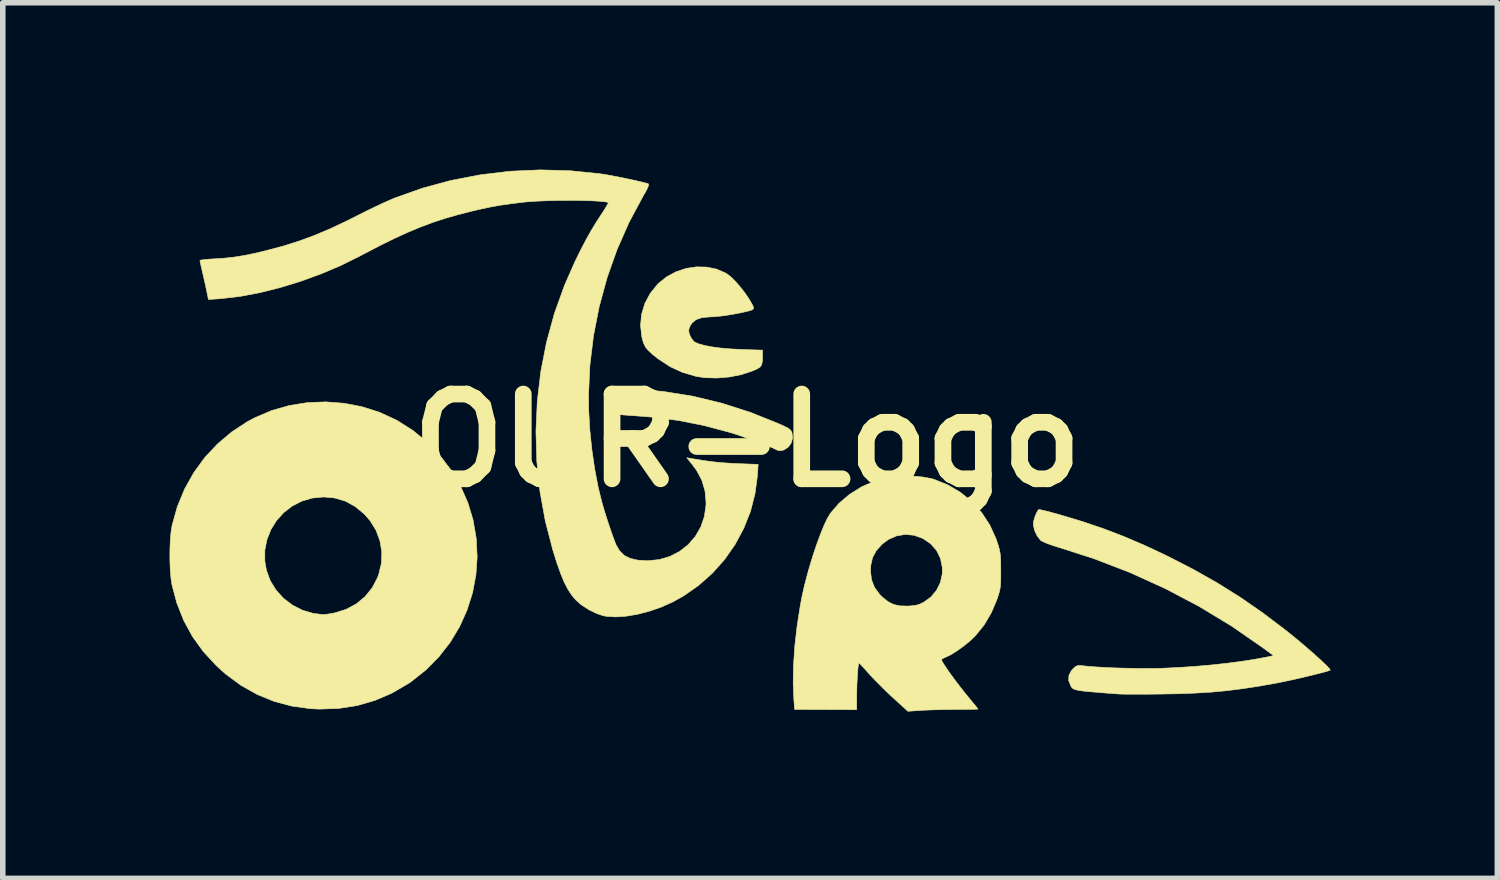
<source format=kicad_pcb>
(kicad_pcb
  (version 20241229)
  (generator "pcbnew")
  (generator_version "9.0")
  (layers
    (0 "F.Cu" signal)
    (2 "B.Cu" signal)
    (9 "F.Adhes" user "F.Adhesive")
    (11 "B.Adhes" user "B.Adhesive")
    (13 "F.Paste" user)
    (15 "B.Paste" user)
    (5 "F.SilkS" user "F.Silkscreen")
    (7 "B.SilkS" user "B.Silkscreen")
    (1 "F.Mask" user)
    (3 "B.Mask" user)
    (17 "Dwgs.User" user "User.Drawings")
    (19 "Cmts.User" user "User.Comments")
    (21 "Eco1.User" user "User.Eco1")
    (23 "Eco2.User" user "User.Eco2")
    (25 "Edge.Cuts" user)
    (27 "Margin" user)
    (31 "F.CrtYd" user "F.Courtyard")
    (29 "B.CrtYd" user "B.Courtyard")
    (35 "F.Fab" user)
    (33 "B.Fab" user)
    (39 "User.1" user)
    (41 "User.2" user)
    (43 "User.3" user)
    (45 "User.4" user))
  (footprint "OUR-Logo"
    (layer "F.Cu")
    (at 10.388 4.871)
    (property "Reference" "OUR-Logo" (at 0 0 0) (layer "F.SilkS") (effects (font (size 1.524 1.524) (thickness 0.3))))
    (attr through_hole)
    (fp_poly (pts (xy -2.047 -0.925) (xy -1.516 -0.882) (xy -0.987 -0.798) (xy -0.46 -0.671) (xy 0.066 -0.502) (xy 0.576 -0.297) (xy 0.669 -0.255) (xy 0.731 -0.223) (xy 0.77 -0.195) (xy 0.792 -0.167) (xy 0.805 -0.135) (xy 0.815 -0.044) (xy 0.791 0.044) (xy 0.738 0.119) (xy 0.663 0.169) (xy 0.623 0.18) (xy 0.568 0.182) (xy 0.529 0.17) (xy 0.486 0.147) (xy 0.41 0.114) (xy 0.309 0.073) (xy 0.19 0.028) (xy 0.062 -0.019) (xy -0.069 -0.065) (xy -0.195 -0.108) (xy -0.307 -0.143) (xy -0.318 -0.146) (xy -0.774 -0.268) (xy -1.227 -0.358) (xy -1.69 -0.418) (xy -2.019 -0.444) (xy -2.139 -0.452) (xy -2.247 -0.461) (xy -2.335 -0.471) (xy -2.393 -0.481) (xy -2.412 -0.487) (xy -2.464 -0.535) (xy -2.502 -0.61) (xy -2.519 -0.698) (xy -2.519 -0.71) (xy -2.51 -0.77) (xy -2.479 -0.824) (xy -2.444 -0.863) (xy -2.368 -0.938) (xy -2.047 -0.925)) (stroke (width 0.01) (type solid)) (fill yes) (layer "F.SilkS"))
    (fp_poly (pts (xy -0.73 -3.118) (xy -0.553 -3.082) (xy -0.392 -3.012) (xy -0.353 -2.988) (xy -0.286 -2.934) (xy -0.206 -2.853) (xy -0.121 -2.755) (xy -0.04 -2.651) (xy 0.028 -2.55) (xy 0.036 -2.537) (xy 0.084 -2.455) (xy 0.11 -2.402) (xy 0.112 -2.369) (xy 0.087 -2.348) (xy 0.036 -2.332) (xy -0.006 -2.321) (xy -0.147 -2.29) (xy -0.299 -2.262) (xy -0.451 -2.24) (xy -0.586 -2.226) (xy -0.677 -2.222) (xy -0.817 -2.209) (xy -0.924 -2.171) (xy -0.998 -2.107) (xy -1.026 -2.062) (xy -1.049 -2.004) (xy -1.052 -1.958) (xy -1.036 -1.9) (xy -1.035 -1.897) (xy -1.003 -1.833) (xy -0.961 -1.782) (xy -0.953 -1.774) (xy -0.886 -1.742) (xy -0.783 -1.712) (xy -0.649 -1.685) (xy -0.488 -1.663) (xy -0.306 -1.647) (xy -0.109 -1.637) (xy -0.101 -1.636) (xy 0.275 -1.624) (xy 0.275 -1.516) (xy 0.272 -1.424) (xy 0.259 -1.362) (xy 0.229 -1.319) (xy 0.173 -1.285) (xy 0.098 -1.252) (xy -0.102 -1.185) (xy -0.321 -1.142) (xy -0.546 -1.123) (xy -0.763 -1.129) (xy -0.921 -1.153) (xy -1.166 -1.225) (xy -1.389 -1.328) (xy -1.602 -1.468) (xy -1.609 -1.473) (xy -1.71 -1.554) (xy -1.783 -1.622) (xy -1.833 -1.685) (xy -1.866 -1.753) (xy -1.89 -1.835) (xy -1.896 -1.864) (xy -1.919 -2.069) (xy -1.9 -2.27) (xy -1.841 -2.464) (xy -1.745 -2.645) (xy -1.611 -2.81) (xy -1.595 -2.826) (xy -1.447 -2.945) (xy -1.28 -3.034) (xy -1.1 -3.094) (xy -0.914 -3.122) (xy -0.73 -3.118)) (stroke (width 0.01) (type solid)) (fill yes) (layer "F.SilkS"))
    (fp_poly (pts (xy -7.252 -0.669) (xy -6.928 -0.607) (xy -6.614 -0.507) (xy -6.315 -0.369) (xy -6.291 -0.356) (xy -6.013 -0.18) (xy -5.757 0.03) (xy -5.528 0.269) (xy -5.327 0.533) (xy -5.158 0.817) (xy -5.025 1.118) (xy -4.931 1.428) (xy -4.874 1.761) (xy -4.857 2.093) (xy -4.88 2.421) (xy -4.941 2.743) (xy -5.04 3.053) (xy -5.174 3.351) (xy -5.343 3.631) (xy -5.546 3.891) (xy -5.78 4.127) (xy -6.044 4.337) (xy -6.096 4.372) (xy -6.391 4.544) (xy -6.699 4.676) (xy -7.018 4.768) (xy -7.35 4.819) (xy -7.696 4.831) (xy -7.855 4.823) (xy -8.189 4.777) (xy -8.509 4.692) (xy -8.815 4.567) (xy -9.106 4.403) (xy -9.381 4.2) (xy -9.549 4.048) (xy -9.782 3.796) (xy -9.976 3.527) (xy -10.134 3.237) (xy -10.257 2.926) (xy -10.344 2.603) (xy -10.364 2.473) (xy -10.377 2.314) (xy -10.382 2.168) (xy -8.676 2.168) (xy -8.646 2.338) (xy -8.576 2.526) (xy -8.471 2.695) (xy -8.336 2.842) (xy -8.176 2.963) (xy -7.996 3.054) (xy -7.8 3.111) (xy -7.631 3.13) (xy -7.577 3.127) (xy -7.5 3.116) (xy -7.419 3.101) (xy -7.214 3.037) (xy -7.031 2.939) (xy -6.874 2.809) (xy -6.745 2.65) (xy -6.648 2.465) (xy -6.627 2.408) (xy -6.579 2.207) (xy -6.572 2.005) (xy -6.605 1.806) (xy -6.675 1.617) (xy -6.783 1.442) (xy -6.887 1.323) (xy -7.052 1.187) (xy -7.228 1.091) (xy -7.419 1.034) (xy -7.62 1.016) (xy -7.824 1.036) (xy -8.014 1.092) (xy -8.186 1.181) (xy -8.337 1.298) (xy -8.465 1.44) (xy -8.566 1.602) (xy -8.637 1.78) (xy -8.675 1.97) (xy -8.676 2.168) (xy -10.382 2.168) (xy -10.383 2.137) (xy -10.382 1.956) (xy -10.375 1.782) (xy -10.36 1.627) (xy -10.342 1.524) (xy -10.249 1.19) (xy -10.119 0.875) (xy -9.954 0.58) (xy -9.756 0.308) (xy -9.527 0.063) (xy -9.27 -0.154) (xy -8.986 -0.34) (xy -8.849 -0.412) (xy -8.548 -0.54) (xy -8.232 -0.629) (xy -7.908 -0.681) (xy -7.58 -0.694) (xy -7.252 -0.669)) (stroke (width 0.01) (type solid)) (fill yes) (layer "F.SilkS"))
    (fp_poly (pts (xy 5.267 1.245) (xy 5.326 1.258) (xy 5.413 1.279) (xy 5.52 1.308) (xy 5.642 1.342) (xy 5.652 1.345) (xy 6.046 1.464) (xy 6.416 1.59) (xy 6.775 1.728) (xy 7.136 1.882) (xy 7.512 2.058) (xy 7.567 2.085) (xy 8.026 2.321) (xy 8.454 2.563) (xy 8.862 2.818) (xy 9.261 3.094) (xy 9.662 3.397) (xy 9.719 3.442) (xy 9.837 3.537) (xy 9.956 3.636) (xy 10.073 3.736) (xy 10.183 3.832) (xy 10.282 3.921) (xy 10.366 3.999) (xy 10.431 4.062) (xy 10.471 4.107) (xy 10.484 4.129) (xy 10.483 4.13) (xy 10.456 4.141) (xy 10.394 4.16) (xy 10.304 4.184) (xy 10.192 4.212) (xy 10.064 4.243) (xy 9.929 4.275) (xy 9.791 4.306) (xy 9.658 4.334) (xy 9.537 4.359) (xy 9.483 4.369) (xy 9.176 4.423) (xy 8.891 4.466) (xy 8.618 4.5) (xy 8.344 4.526) (xy 8.06 4.543) (xy 7.755 4.555) (xy 7.451 4.56) (xy 7.281 4.562) (xy 7.121 4.563) (xy 6.976 4.563) (xy 6.852 4.563) (xy 6.755 4.562) (xy 6.693 4.56) (xy 6.678 4.559) (xy 6.472 4.544) (xy 6.304 4.53) (xy 6.17 4.519) (xy 6.065 4.509) (xy 5.986 4.499) (xy 5.929 4.488) (xy 5.888 4.477) (xy 5.86 4.463) (xy 5.841 4.448) (xy 5.827 4.429) (xy 5.819 4.415) (xy 5.781 4.319) (xy 5.784 4.226) (xy 5.829 4.139) (xy 5.853 4.112) (xy 5.902 4.067) (xy 5.941 4.048) (xy 5.99 4.046) (xy 6.02 4.05) (xy 6.133 4.062) (xy 6.279 4.073) (xy 6.451 4.083) (xy 6.639 4.091) (xy 6.835 4.096) (xy 7.031 4.1) (xy 7.217 4.101) (xy 7.386 4.099) (xy 7.428 4.098) (xy 7.729 4.084) (xy 8.039 4.064) (xy 8.349 4.037) (xy 8.65 4.004) (xy 8.933 3.966) (xy 9.19 3.924) (xy 9.363 3.891) (xy 9.465 3.869) (xy 9.278 3.731) (xy 8.715 3.341) (xy 8.127 2.985) (xy 7.514 2.662) (xy 6.88 2.374) (xy 6.224 2.122) (xy 5.61 1.925) (xy 5.482 1.884) (xy 5.378 1.847) (xy 5.305 1.814) (xy 5.274 1.794) (xy 5.215 1.719) (xy 5.169 1.623) (xy 5.146 1.527) (xy 5.144 1.503) (xy 5.152 1.444) (xy 5.173 1.373) (xy 5.2 1.306) (xy 5.228 1.257) (xy 5.242 1.243) (xy 5.267 1.245)) (stroke (width 0.01) (type solid)) (fill yes) (layer "F.SilkS"))
    (fp_poly (pts (xy 2.987 0.641) (xy 3.155 0.657) (xy 3.303 0.684) (xy 3.355 0.698) (xy 3.606 0.798) (xy 3.835 0.934) (xy 4.04 1.101) (xy 4.216 1.298) (xy 4.362 1.521) (xy 4.474 1.767) (xy 4.492 1.82) (xy 4.518 1.901) (xy 4.536 1.968) (xy 4.548 2.032) (xy 4.555 2.104) (xy 4.558 2.194) (xy 4.559 2.313) (xy 4.559 2.339) (xy 4.559 2.464) (xy 4.557 2.557) (xy 4.551 2.63) (xy 4.541 2.693) (xy 4.524 2.756) (xy 4.5 2.831) (xy 4.491 2.857) (xy 4.389 3.099) (xy 4.258 3.32) (xy 4.102 3.512) (xy 4.085 3.529) (xy 3.99 3.618) (xy 3.88 3.706) (xy 3.767 3.787) (xy 3.66 3.853) (xy 3.571 3.896) (xy 3.565 3.898) (xy 3.518 3.92) (xy 3.493 3.939) (xy 3.493 3.942) (xy 3.505 3.974) (xy 3.541 4.033) (xy 3.595 4.115) (xy 3.665 4.213) (xy 3.745 4.322) (xy 3.833 4.437) (xy 3.924 4.552) (xy 4.004 4.65) (xy 4.063 4.722) (xy 4.111 4.78) (xy 4.141 4.818) (xy 4.149 4.83) (xy 4.129 4.832) (xy 4.073 4.834) (xy 3.988 4.835) (xy 3.882 4.836) (xy 3.773 4.837) (xy 3.627 4.838) (xy 3.472 4.841) (xy 3.324 4.845) (xy 3.196 4.85) (xy 3.143 4.853) (xy 2.889 4.87) (xy 2.625 4.629) (xy 2.519 4.531) (xy 2.409 4.423) (xy 2.305 4.318) (xy 2.217 4.226) (xy 2.191 4.196) (xy 2.124 4.122) (xy 2.068 4.06) (xy 2.028 4.018) (xy 2.009 4.002) (xy 2.009 4.002) (xy 2.001 4.021) (xy 1.993 4.075) (xy 1.985 4.157) (xy 1.979 4.259) (xy 1.973 4.374) (xy 1.97 4.495) (xy 1.968 4.614) (xy 1.968 4.841) (xy 0.852 4.837) (xy 0.839 4.667) (xy 0.826 4.367) (xy 0.832 4.039) (xy 0.856 3.69) (xy 0.897 3.331) (xy 0.954 2.969) (xy 0.986 2.799) (xy 1.028 2.612) (xy 1.079 2.416) (xy 1.1 2.342) (xy 2.216 2.342) (xy 2.234 2.502) (xy 2.289 2.644) (xy 2.384 2.772) (xy 2.436 2.823) (xy 2.535 2.901) (xy 2.633 2.95) (xy 2.742 2.974) (xy 2.877 2.978) (xy 2.89 2.978) (xy 2.988 2.971) (xy 3.062 2.957) (xy 3.128 2.932) (xy 3.174 2.909) (xy 3.302 2.816) (xy 3.403 2.696) (xy 3.473 2.555) (xy 3.507 2.401) (xy 3.508 2.285) (xy 3.474 2.12) (xy 3.404 1.977) (xy 3.299 1.858) (xy 3.161 1.764) (xy 3.149 1.758) (xy 2.996 1.704) (xy 2.839 1.69) (xy 2.685 1.716) (xy 2.539 1.78) (xy 2.426 1.864) (xy 2.32 1.981) (xy 2.253 2.106) (xy 2.221 2.25) (xy 2.216 2.342) (xy 1.1 2.342) (xy 1.136 2.217) (xy 1.197 2.021) (xy 1.261 1.834) (xy 1.325 1.664) (xy 1.386 1.515) (xy 1.444 1.395) (xy 1.495 1.31) (xy 1.496 1.309) (xy 1.652 1.128) (xy 1.84 0.969) (xy 2.054 0.835) (xy 2.287 0.731) (xy 2.51 0.666) (xy 2.65 0.645) (xy 2.814 0.637) (xy 2.987 0.641)) (stroke (width 0.01) (type solid)) (fill yes) (layer "F.SilkS"))
    (fp_poly (pts (xy -3.185 -4.851) (xy -2.653 -4.797) (xy -2.572 -4.785) (xy -2.488 -4.771) (xy -2.384 -4.751) (xy -2.268 -4.729) (xy -2.149 -4.704) (xy -2.034 -4.679) (xy -1.932 -4.656) (xy -1.849 -4.636) (xy -1.795 -4.621) (xy -1.779 -4.615) (xy -1.773 -4.595) (xy -1.787 -4.553) (xy -1.821 -4.484) (xy -1.873 -4.394) (xy -2.124 -3.926) (xy -2.34 -3.437) (xy -2.519 -2.932) (xy -2.661 -2.413) (xy -2.765 -1.885) (xy -2.83 -1.352) (xy -2.854 -0.818) (xy -2.851 -0.54) (xy -2.831 -0.189) (xy -2.794 0.167) (xy -2.743 0.516) (xy -2.68 0.846) (xy -2.612 1.12) (xy -2.582 1.223) (xy -2.545 1.344) (xy -2.503 1.474) (xy -2.46 1.602) (xy -2.419 1.719) (xy -2.384 1.815) (xy -2.36 1.875) (xy -2.297 1.984) (xy -2.214 2.066) (xy -2.106 2.121) (xy -1.97 2.152) (xy -1.8 2.163) (xy -1.792 2.163) (xy -1.583 2.142) (xy -1.39 2.085) (xy -1.214 1.994) (xy -1.061 1.873) (xy -0.934 1.726) (xy -0.836 1.557) (xy -0.771 1.368) (xy -0.742 1.163) (xy -0.741 1.112) (xy -0.76 0.907) (xy -0.816 0.717) (xy -0.911 0.538) (xy -0.991 0.43) (xy -1.087 0.311) (xy -1.004 0.325) (xy -0.805 0.358) (xy -0.631 0.382) (xy -0.468 0.399) (xy -0.298 0.41) (xy -0.161 0.417) (xy 0.196 0.43) (xy 0.183 0.633) (xy 0.139 0.96) (xy 0.057 1.278) (xy -0.064 1.582) (xy -0.219 1.871) (xy -0.407 2.14) (xy -0.626 2.386) (xy -0.873 2.605) (xy -1.146 2.796) (xy -1.35 2.909) (xy -1.553 2.999) (xy -1.763 3.071) (xy -1.974 3.126) (xy -2.177 3.16) (xy -2.365 3.173) (xy -2.53 3.163) (xy -2.589 3.152) (xy -2.711 3.111) (xy -2.844 3.046) (xy -2.969 2.966) (xy -3.002 2.941) (xy -3.084 2.867) (xy -3.158 2.78) (xy -3.226 2.675) (xy -3.292 2.547) (xy -3.356 2.392) (xy -3.423 2.204) (xy -3.493 1.98) (xy -3.494 1.979) (xy -3.631 1.451) (xy -3.728 0.916) (xy -3.784 0.378) (xy -3.8 -0.163) (xy -3.776 -0.702) (xy -3.713 -1.237) (xy -3.61 -1.765) (xy -3.468 -2.284) (xy -3.286 -2.79) (xy -3.098 -3.217) (xy -2.995 -3.426) (xy -2.901 -3.607) (xy -2.81 -3.769) (xy -2.716 -3.924) (xy -2.621 -4.07) (xy -2.57 -4.148) (xy -2.53 -4.214) (xy -2.504 -4.258) (xy -2.498 -4.273) (xy -2.518 -4.285) (xy -2.575 -4.295) (xy -2.664 -4.303) (xy -2.778 -4.309) (xy -2.913 -4.314) (xy -3.063 -4.317) (xy -3.223 -4.317) (xy -3.386 -4.316) (xy -3.549 -4.313) (xy -3.705 -4.307) (xy -3.848 -4.3) (xy -3.974 -4.29) (xy -4.006 -4.287) (xy -4.24 -4.259) (xy -4.45 -4.229) (xy -4.652 -4.192) (xy -4.865 -4.145) (xy -4.985 -4.116) (xy -5.224 -4.054) (xy -5.45 -3.989) (xy -5.667 -3.917) (xy -5.883 -3.836) (xy -6.106 -3.743) (xy -6.34 -3.636) (xy -6.594 -3.511) (xy -6.873 -3.366) (xy -6.985 -3.307) (xy -7.315 -3.144) (xy -7.667 -2.995) (xy -8.03 -2.863) (xy -8.398 -2.75) (xy -8.761 -2.659) (xy -9.113 -2.592) (xy -9.443 -2.553) (xy -9.486 -2.549) (xy -9.69 -2.535) (xy -9.715 -2.659) (xy -9.731 -2.735) (xy -9.753 -2.836) (xy -9.778 -2.945) (xy -9.791 -3.002) (xy -9.812 -3.093) (xy -9.829 -3.169) (xy -9.84 -3.22) (xy -9.842 -3.237) (xy -9.823 -3.244) (xy -9.768 -3.252) (xy -9.688 -3.26) (xy -9.589 -3.266) (xy -9.573 -3.267) (xy -9.393 -3.279) (xy -9.223 -3.298) (xy -9.049 -3.326) (xy -8.86 -3.365) (xy -8.645 -3.416) (xy -8.634 -3.419) (xy -8.339 -3.498) (xy -8.062 -3.585) (xy -7.791 -3.685) (xy -7.516 -3.8) (xy -7.227 -3.936) (xy -7.007 -4.046) (xy -6.866 -4.117) (xy -6.718 -4.189) (xy -6.574 -4.257) (xy -6.445 -4.315) (xy -6.342 -4.359) (xy -6.337 -4.361) (xy -5.839 -4.538) (xy -5.324 -4.677) (xy -4.797 -4.778) (xy -4.262 -4.842) (xy -3.723 -4.866) (xy -3.185 -4.851)) (stroke (width 0.01) (type solid)) (fill yes) (layer "F.SilkS")))
  (gr_rect
    (start -3 -3)
    (end 23.877 12.746)
    (stroke (width 0.1) (type default))
    (fill no)
    (layer "Edge.Cuts")))
</source>
